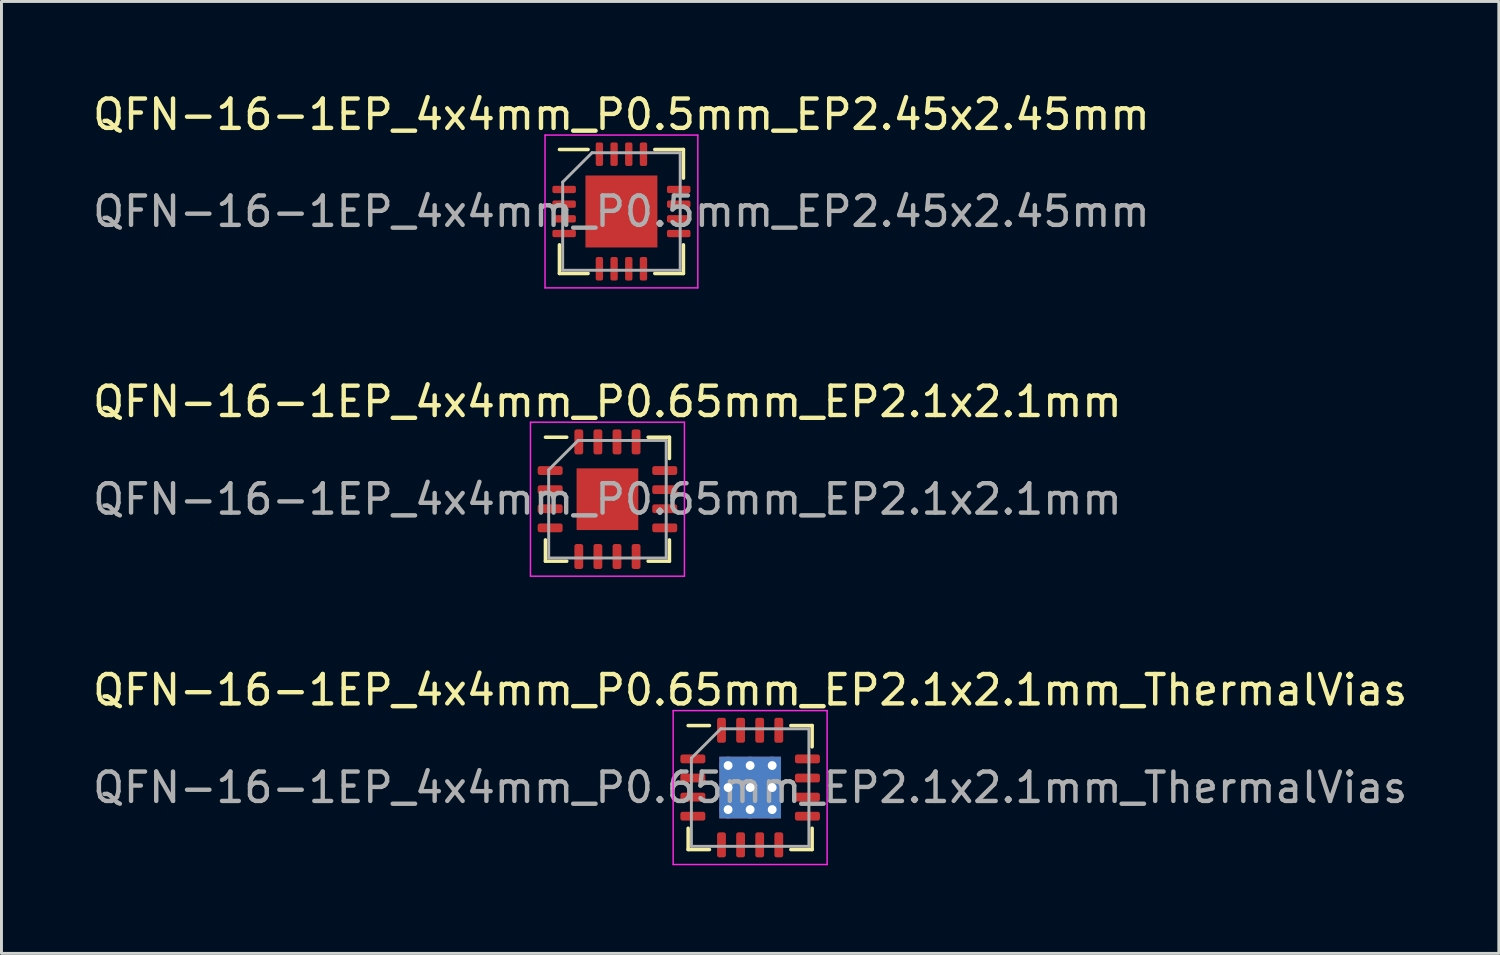
<source format=kicad_pcb>
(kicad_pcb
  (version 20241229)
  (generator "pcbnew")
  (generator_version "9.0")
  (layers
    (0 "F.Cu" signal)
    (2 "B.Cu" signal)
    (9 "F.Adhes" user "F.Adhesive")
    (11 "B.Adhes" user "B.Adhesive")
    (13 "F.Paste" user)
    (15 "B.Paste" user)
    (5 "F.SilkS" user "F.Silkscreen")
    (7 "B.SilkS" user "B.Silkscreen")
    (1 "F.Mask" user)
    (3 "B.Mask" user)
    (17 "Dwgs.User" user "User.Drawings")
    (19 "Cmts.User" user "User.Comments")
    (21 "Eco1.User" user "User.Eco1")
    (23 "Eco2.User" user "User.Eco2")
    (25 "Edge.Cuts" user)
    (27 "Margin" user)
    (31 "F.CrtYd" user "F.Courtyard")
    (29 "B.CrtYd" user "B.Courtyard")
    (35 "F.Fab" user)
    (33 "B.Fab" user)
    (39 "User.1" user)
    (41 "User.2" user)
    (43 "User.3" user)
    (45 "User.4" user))
  (footprint "QFN-16-1EP_4x4mm_P0.65mm_EP2.1x2.1mm_ThermalVias"
    (layer "F.Cu")
    (at 22.482 23.755)
    (property "Reference" "QFN-16-1EP_4x4mm_P0.65mm_EP2.1x2.1mm_ThermalVias" (at 0 -3.32 0) (layer "F.SilkS") (effects (font (size 1 1) (thickness 0.15))))
    (attr smd)
    (fp_line (start -2.11 2.11) (end -2.11 1.385) (stroke (width 0.12) (type solid)) (layer "F.SilkS"))
    (fp_line (start -1.385 -2.11) (end -2.11 -2.11) (stroke (width 0.12) (type solid)) (layer "F.SilkS"))
    (fp_line (start -1.385 2.11) (end -2.11 2.11) (stroke (width 0.12) (type solid)) (layer "F.SilkS"))
    (fp_line (start 1.385 -2.11) (end 2.11 -2.11) (stroke (width 0.12) (type solid)) (layer "F.SilkS"))
    (fp_line (start 1.385 2.11) (end 2.11 2.11) (stroke (width 0.12) (type solid)) (layer "F.SilkS"))
    (fp_line (start 2.11 -2.11) (end 2.11 -1.385) (stroke (width 0.12) (type solid)) (layer "F.SilkS"))
    (fp_line (start 2.11 2.11) (end 2.11 1.385) (stroke (width 0.12) (type solid)) (layer "F.SilkS"))
    (fp_line (start -2.62 -2.62) (end -2.62 2.62) (stroke (width 0.05) (type solid)) (layer "F.CrtYd"))
    (fp_line (start -2.62 2.62) (end 2.62 2.62) (stroke (width 0.05) (type solid)) (layer "F.CrtYd"))
    (fp_line (start 2.62 -2.62) (end -2.62 -2.62) (stroke (width 0.05) (type solid)) (layer "F.CrtYd"))
    (fp_line (start 2.62 2.62) (end 2.62 -2.62) (stroke (width 0.05) (type solid)) (layer "F.CrtYd"))
    (fp_line (start -2 -1) (end -1 -2) (stroke (width 0.1) (type solid)) (layer "F.Fab"))
    (fp_line (start -2 2) (end -2 -1) (stroke (width 0.1) (type solid)) (layer "F.Fab"))
    (fp_line (start -1 -2) (end 2 -2) (stroke (width 0.1) (type solid)) (layer "F.Fab"))
    (fp_line (start 2 -2) (end 2 2) (stroke (width 0.1) (type solid)) (layer "F.Fab"))
    (fp_line (start 2 2) (end -2 2) (stroke (width 0.1) (type solid)) (layer "F.Fab"))
    (fp_text user "${REFERENCE}" (at 0 0 0) (layer "F.Fab") (effects (font (size 1 1) (thickness 0.15))))
    (pad "" smd roundrect (at -0.525 -0.525) (size 0.91 0.91) (layers "F.Paste") (roundrect_rratio 0.25))
    (pad "" smd roundrect (at -0.525 0.525) (size 0.91 0.91) (layers "F.Paste") (roundrect_rratio 0.25))
    (pad "" smd roundrect (at 0.525 -0.525) (size 0.91 0.91) (layers "F.Paste") (roundrect_rratio 0.25))
    (pad "" smd roundrect (at 0.525 0.525) (size 0.91 0.91) (layers "F.Paste") (roundrect_rratio 0.25))
    (pad "1" smd roundrect (at -1.95 -0.975) (size 0.85 0.3) (layers "F.Cu" "F.Mask" "F.Paste") (roundrect_rratio 0.25))
    (pad "2" smd roundrect (at -1.95 -0.325) (size 0.85 0.3) (layers "F.Cu" "F.Mask" "F.Paste") (roundrect_rratio 0.25))
    (pad "3" smd roundrect (at -1.95 0.325) (size 0.85 0.3) (layers "F.Cu" "F.Mask" "F.Paste") (roundrect_rratio 0.25))
    (pad "4" smd roundrect (at -1.95 0.975) (size 0.85 0.3) (layers "F.Cu" "F.Mask" "F.Paste") (roundrect_rratio 0.25))
    (pad "5" smd roundrect (at -0.975 1.95) (size 0.3 0.85) (layers "F.Cu" "F.Mask" "F.Paste") (roundrect_rratio 0.25))
    (pad "6" smd roundrect (at -0.325 1.95) (size 0.3 0.85) (layers "F.Cu" "F.Mask" "F.Paste") (roundrect_rratio 0.25))
    (pad "7" smd roundrect (at 0.325 1.95) (size 0.3 0.85) (layers "F.Cu" "F.Mask" "F.Paste") (roundrect_rratio 0.25))
    (pad "8" smd roundrect (at 0.975 1.95) (size 0.3 0.85) (layers "F.Cu" "F.Mask" "F.Paste") (roundrect_rratio 0.25))
    (pad "9" smd roundrect (at 1.95 0.975) (size 0.85 0.3) (layers "F.Cu" "F.Mask" "F.Paste") (roundrect_rratio 0.25))
    (pad "10" smd roundrect (at 1.95 0.325) (size 0.85 0.3) (layers "F.Cu" "F.Mask" "F.Paste") (roundrect_rratio 0.25))
    (pad "11" smd roundrect (at 1.95 -0.325) (size 0.85 0.3) (layers "F.Cu" "F.Mask" "F.Paste") (roundrect_rratio 0.25))
    (pad "12" smd roundrect (at 1.95 -0.975) (size 0.85 0.3) (layers "F.Cu" "F.Mask" "F.Paste") (roundrect_rratio 0.25))
    (pad "13" smd roundrect (at 0.975 -1.95) (size 0.3 0.85) (layers "F.Cu" "F.Mask" "F.Paste") (roundrect_rratio 0.25))
    (pad "14" smd roundrect (at 0.325 -1.95) (size 0.3 0.85) (layers "F.Cu" "F.Mask" "F.Paste") (roundrect_rratio 0.25))
    (pad "15" smd roundrect (at -0.325 -1.95) (size 0.3 0.85) (layers "F.Cu" "F.Mask" "F.Paste") (roundrect_rratio 0.25))
    (pad "16" smd roundrect (at -0.975 -1.95) (size 0.3 0.85) (layers "F.Cu" "F.Mask" "F.Paste") (roundrect_rratio 0.25))
    (pad "17" thru_hole circle (at -0.75 -0.75) (size 0.6 0.6) (drill 0.3) (layers "*.Cu"))
    (pad "17" thru_hole circle (at -0.75 0) (size 0.6 0.6) (drill 0.3) (layers "*.Cu"))
    (pad "17" thru_hole circle (at -0.75 0.75) (size 0.6 0.6) (drill 0.3) (layers "*.Cu"))
    (pad "17" thru_hole circle (at 0 -0.75) (size 0.6 0.6) (drill 0.3) (layers "*.Cu"))
    (pad "17" thru_hole circle (at 0 0) (size 0.6 0.6) (drill 0.3) (layers "*.Cu"))
    (pad "17" smd rect (at 0 0) (size 2.1 2.1) (layers "F.Cu" "F.Mask"))
    (pad "17" smd rect (at 0 0) (size 2.1 2.1) (layers "B.Cu"))
    (pad "17" thru_hole circle (at 0 0.75) (size 0.6 0.6) (drill 0.3) (layers "*.Cu"))
    (pad "17" thru_hole circle (at 0.75 -0.75) (size 0.6 0.6) (drill 0.3) (layers "*.Cu"))
    (pad "17" thru_hole circle (at 0.75 0) (size 0.6 0.6) (drill 0.3) (layers "*.Cu"))
    (pad "17" thru_hole circle (at 0.75 0.75) (size 0.6 0.6) (drill 0.3) (layers "*.Cu")))
  (footprint "QFN-16-1EP_4x4mm_P0.65mm_EP2.1x2.1mm"
    (layer "F.Cu")
    (at 17.625 13.941)
    (property "Reference" "QFN-16-1EP_4x4mm_P0.65mm_EP2.1x2.1mm" (at 0 -3.32 0) (layer "F.SilkS") (effects (font (size 1 1) (thickness 0.15))))
    (attr smd)
    (fp_line (start -2.11 2.11) (end -2.11 1.385) (stroke (width 0.12) (type solid)) (layer "F.SilkS"))
    (fp_line (start -1.385 -2.11) (end -2.11 -2.11) (stroke (width 0.12) (type solid)) (layer "F.SilkS"))
    (fp_line (start -1.385 2.11) (end -2.11 2.11) (stroke (width 0.12) (type solid)) (layer "F.SilkS"))
    (fp_line (start 1.385 -2.11) (end 2.11 -2.11) (stroke (width 0.12) (type solid)) (layer "F.SilkS"))
    (fp_line (start 1.385 2.11) (end 2.11 2.11) (stroke (width 0.12) (type solid)) (layer "F.SilkS"))
    (fp_line (start 2.11 -2.11) (end 2.11 -1.385) (stroke (width 0.12) (type solid)) (layer "F.SilkS"))
    (fp_line (start 2.11 2.11) (end 2.11 1.385) (stroke (width 0.12) (type solid)) (layer "F.SilkS"))
    (fp_line (start -2.62 -2.62) (end -2.62 2.62) (stroke (width 0.05) (type solid)) (layer "F.CrtYd"))
    (fp_line (start -2.62 2.62) (end 2.62 2.62) (stroke (width 0.05) (type solid)) (layer "F.CrtYd"))
    (fp_line (start 2.62 -2.62) (end -2.62 -2.62) (stroke (width 0.05) (type solid)) (layer "F.CrtYd"))
    (fp_line (start 2.62 2.62) (end 2.62 -2.62) (stroke (width 0.05) (type solid)) (layer "F.CrtYd"))
    (fp_line (start -2 -1) (end -1 -2) (stroke (width 0.1) (type solid)) (layer "F.Fab"))
    (fp_line (start -2 2) (end -2 -1) (stroke (width 0.1) (type solid)) (layer "F.Fab"))
    (fp_line (start -1 -2) (end 2 -2) (stroke (width 0.1) (type solid)) (layer "F.Fab"))
    (fp_line (start 2 -2) (end 2 2) (stroke (width 0.1) (type solid)) (layer "F.Fab"))
    (fp_line (start 2 2) (end -2 2) (stroke (width 0.1) (type solid)) (layer "F.Fab"))
    (fp_text user "${REFERENCE}" (at 0 0 0) (layer "F.Fab") (effects (font (size 1 1) (thickness 0.15))))
    (pad "" smd roundrect (at -0.525 -0.525) (size 0.85 0.85) (layers "F.Paste") (roundrect_rratio 0.25))
    (pad "" smd roundrect (at -0.525 0.525) (size 0.85 0.85) (layers "F.Paste") (roundrect_rratio 0.25))
    (pad "" smd roundrect (at 0.525 -0.525) (size 0.85 0.85) (layers "F.Paste") (roundrect_rratio 0.25))
    (pad "" smd roundrect (at 0.525 0.525) (size 0.85 0.85) (layers "F.Paste") (roundrect_rratio 0.25))
    (pad "1" smd roundrect (at -1.95 -0.975) (size 0.85 0.3) (layers "F.Cu" "F.Mask" "F.Paste") (roundrect_rratio 0.25))
    (pad "2" smd roundrect (at -1.95 -0.325) (size 0.85 0.3) (layers "F.Cu" "F.Mask" "F.Paste") (roundrect_rratio 0.25))
    (pad "3" smd roundrect (at -1.95 0.325) (size 0.85 0.3) (layers "F.Cu" "F.Mask" "F.Paste") (roundrect_rratio 0.25))
    (pad "4" smd roundrect (at -1.95 0.975) (size 0.85 0.3) (layers "F.Cu" "F.Mask" "F.Paste") (roundrect_rratio 0.25))
    (pad "5" smd roundrect (at -0.975 1.95) (size 0.3 0.85) (layers "F.Cu" "F.Mask" "F.Paste") (roundrect_rratio 0.25))
    (pad "6" smd roundrect (at -0.325 1.95) (size 0.3 0.85) (layers "F.Cu" "F.Mask" "F.Paste") (roundrect_rratio 0.25))
    (pad "7" smd roundrect (at 0.325 1.95) (size 0.3 0.85) (layers "F.Cu" "F.Mask" "F.Paste") (roundrect_rratio 0.25))
    (pad "8" smd roundrect (at 0.975 1.95) (size 0.3 0.85) (layers "F.Cu" "F.Mask" "F.Paste") (roundrect_rratio 0.25))
    (pad "9" smd roundrect (at 1.95 0.975) (size 0.85 0.3) (layers "F.Cu" "F.Mask" "F.Paste") (roundrect_rratio 0.25))
    (pad "10" smd roundrect (at 1.95 0.325) (size 0.85 0.3) (layers "F.Cu" "F.Mask" "F.Paste") (roundrect_rratio 0.25))
    (pad "11" smd roundrect (at 1.95 -0.325) (size 0.85 0.3) (layers "F.Cu" "F.Mask" "F.Paste") (roundrect_rratio 0.25))
    (pad "12" smd roundrect (at 1.95 -0.975) (size 0.85 0.3) (layers "F.Cu" "F.Mask" "F.Paste") (roundrect_rratio 0.25))
    (pad "13" smd roundrect (at 0.975 -1.95) (size 0.3 0.85) (layers "F.Cu" "F.Mask" "F.Paste") (roundrect_rratio 0.25))
    (pad "14" smd roundrect (at 0.325 -1.95) (size 0.3 0.85) (layers "F.Cu" "F.Mask" "F.Paste") (roundrect_rratio 0.25))
    (pad "15" smd roundrect (at -0.325 -1.95) (size 0.3 0.85) (layers "F.Cu" "F.Mask" "F.Paste") (roundrect_rratio 0.25))
    (pad "16" smd roundrect (at -0.975 -1.95) (size 0.3 0.85) (layers "F.Cu" "F.Mask" "F.Paste") (roundrect_rratio 0.25))
    (pad "17" smd rect (at 0 0) (size 2.1 2.1) (layers "F.Cu" "F.Mask")))
  (footprint "QFN-16-1EP_4x4mm_P0.5mm_EP2.45x2.45mm"
    (layer "F.Cu")
    (at 18.101 4.148)
    (property "Reference" "QFN-16-1EP_4x4mm_P0.5mm_EP2.45x2.45mm" (at 0 -3.3 0) (layer "F.SilkS") (effects (font (size 1 1) (thickness 0.15))))
    (attr smd)
    (fp_line (start -2.11 2.11) (end -2.11 1.135) (stroke (width 0.12) (type solid)) (layer "F.SilkS"))
    (fp_line (start -1.135 -2.11) (end -2.11 -2.11) (stroke (width 0.12) (type solid)) (layer "F.SilkS"))
    (fp_line (start -1.135 2.11) (end -2.11 2.11) (stroke (width 0.12) (type solid)) (layer "F.SilkS"))
    (fp_line (start 1.135 -2.11) (end 2.11 -2.11) (stroke (width 0.12) (type solid)) (layer "F.SilkS"))
    (fp_line (start 1.135 2.11) (end 2.11 2.11) (stroke (width 0.12) (type solid)) (layer "F.SilkS"))
    (fp_line (start 2.11 -2.11) (end 2.11 -1.135) (stroke (width 0.12) (type solid)) (layer "F.SilkS"))
    (fp_line (start 2.11 2.11) (end 2.11 1.135) (stroke (width 0.12) (type solid)) (layer "F.SilkS"))
    (fp_line (start -2.6 -2.6) (end -2.6 2.6) (stroke (width 0.05) (type solid)) (layer "F.CrtYd"))
    (fp_line (start -2.6 2.6) (end 2.6 2.6) (stroke (width 0.05) (type solid)) (layer "F.CrtYd"))
    (fp_line (start 2.6 -2.6) (end -2.6 -2.6) (stroke (width 0.05) (type solid)) (layer "F.CrtYd"))
    (fp_line (start 2.6 2.6) (end 2.6 -2.6) (stroke (width 0.05) (type solid)) (layer "F.CrtYd"))
    (fp_line (start -2 -1) (end -1 -2) (stroke (width 0.1) (type solid)) (layer "F.Fab"))
    (fp_line (start -2 2) (end -2 -1) (stroke (width 0.1) (type solid)) (layer "F.Fab"))
    (fp_line (start -1 -2) (end 2 -2) (stroke (width 0.1) (type solid)) (layer "F.Fab"))
    (fp_line (start 2 -2) (end 2 2) (stroke (width 0.1) (type solid)) (layer "F.Fab"))
    (fp_line (start 2 2) (end -2 2) (stroke (width 0.1) (type solid)) (layer "F.Fab"))
    (fp_text user "${REFERENCE}" (at 0 0 0) (layer "F.Fab") (effects (font (size 1 1) (thickness 0.15))))
    (pad "" smd roundrect (at -0.61 -0.61) (size 0.99 0.99) (layers "F.Paste") (roundrect_rratio 0.25))
    (pad "" smd roundrect (at -0.61 0.61) (size 0.99 0.99) (layers "F.Paste") (roundrect_rratio 0.25))
    (pad "" smd roundrect (at 0.61 -0.61) (size 0.99 0.99) (layers "F.Paste") (roundrect_rratio 0.25))
    (pad "" smd roundrect (at 0.61 0.61) (size 0.99 0.99) (layers "F.Paste") (roundrect_rratio 0.25))
    (pad "1" smd roundrect (at -1.95 -0.75) (size 0.8 0.25) (layers "F.Cu" "F.Mask" "F.Paste") (roundrect_rratio 0.25))
    (pad "2" smd roundrect (at -1.95 -0.25) (size 0.8 0.25) (layers "F.Cu" "F.Mask" "F.Paste") (roundrect_rratio 0.25))
    (pad "3" smd roundrect (at -1.95 0.25) (size 0.8 0.25) (layers "F.Cu" "F.Mask" "F.Paste") (roundrect_rratio 0.25))
    (pad "4" smd roundrect (at -1.95 0.75) (size 0.8 0.25) (layers "F.Cu" "F.Mask" "F.Paste") (roundrect_rratio 0.25))
    (pad "5" smd roundrect (at -0.75 1.95) (size 0.25 0.8) (layers "F.Cu" "F.Mask" "F.Paste") (roundrect_rratio 0.25))
    (pad "6" smd roundrect (at -0.25 1.95) (size 0.25 0.8) (layers "F.Cu" "F.Mask" "F.Paste") (roundrect_rratio 0.25))
    (pad "7" smd roundrect (at 0.25 1.95) (size 0.25 0.8) (layers "F.Cu" "F.Mask" "F.Paste") (roundrect_rratio 0.25))
    (pad "8" smd roundrect (at 0.75 1.95) (size 0.25 0.8) (layers "F.Cu" "F.Mask" "F.Paste") (roundrect_rratio 0.25))
    (pad "9" smd roundrect (at 1.95 0.75) (size 0.8 0.25) (layers "F.Cu" "F.Mask" "F.Paste") (roundrect_rratio 0.25))
    (pad "10" smd roundrect (at 1.95 0.25) (size 0.8 0.25) (layers "F.Cu" "F.Mask" "F.Paste") (roundrect_rratio 0.25))
    (pad "11" smd roundrect (at 1.95 -0.25) (size 0.8 0.25) (layers "F.Cu" "F.Mask" "F.Paste") (roundrect_rratio 0.25))
    (pad "12" smd roundrect (at 1.95 -0.75) (size 0.8 0.25) (layers "F.Cu" "F.Mask" "F.Paste") (roundrect_rratio 0.25))
    (pad "13" smd roundrect (at 0.75 -1.95) (size 0.25 0.8) (layers "F.Cu" "F.Mask" "F.Paste") (roundrect_rratio 0.25))
    (pad "14" smd roundrect (at 0.25 -1.95) (size 0.25 0.8) (layers "F.Cu" "F.Mask" "F.Paste") (roundrect_rratio 0.25))
    (pad "15" smd roundrect (at -0.25 -1.95) (size 0.25 0.8) (layers "F.Cu" "F.Mask" "F.Paste") (roundrect_rratio 0.25))
    (pad "16" smd roundrect (at -0.75 -1.95) (size 0.25 0.8) (layers "F.Cu" "F.Mask" "F.Paste") (roundrect_rratio 0.25))
    (pad "17" smd rect (at 0 0) (size 2.45 2.45) (layers "F.Cu" "F.Mask")))
  (gr_rect
    (start -3 -3)
    (end 47.964 29.4)
    (stroke (width 0.1) (type default))
    (fill no)
    (layer "Edge.Cuts")))
</source>
